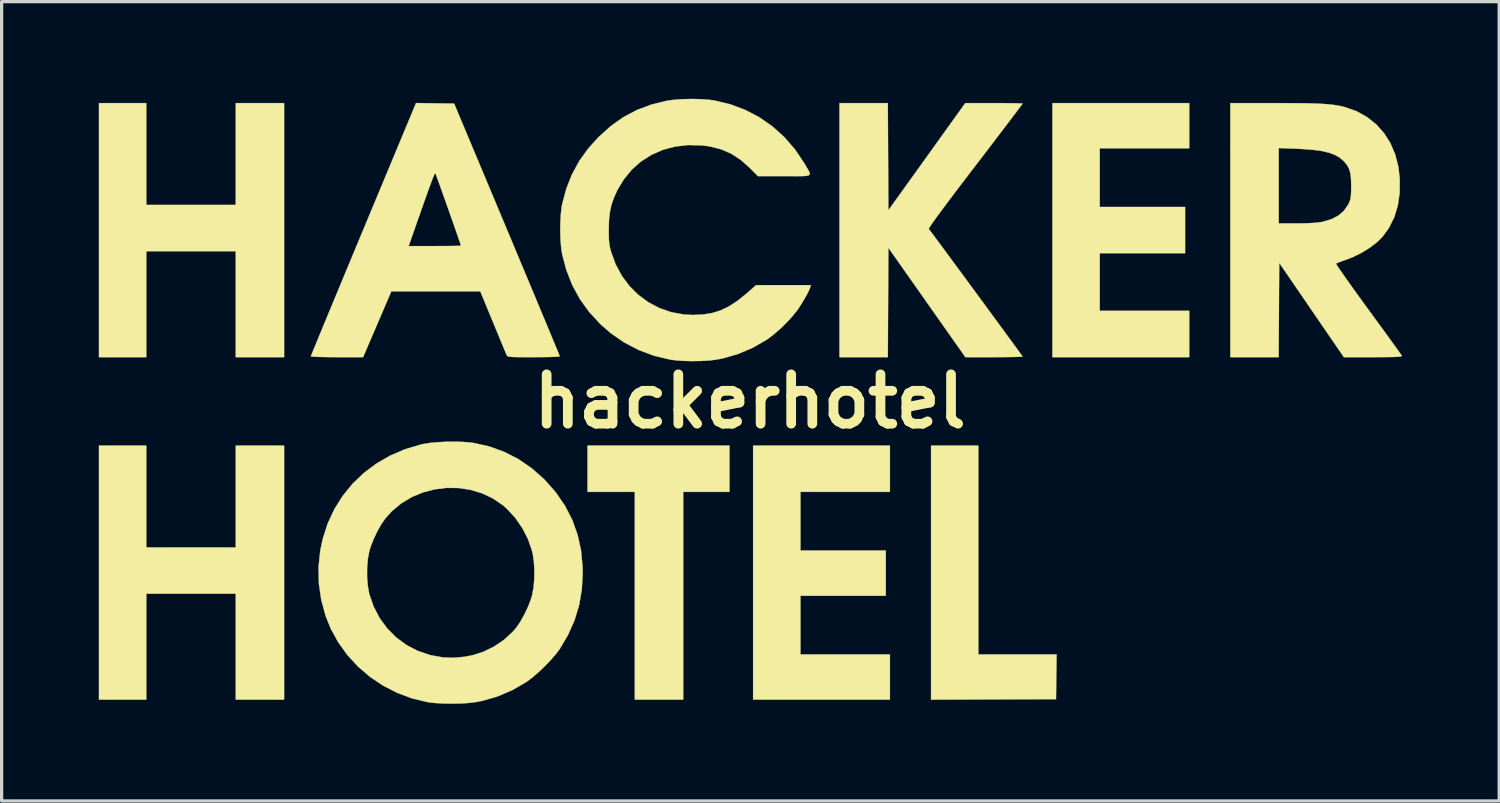
<source format=kicad_pcb>
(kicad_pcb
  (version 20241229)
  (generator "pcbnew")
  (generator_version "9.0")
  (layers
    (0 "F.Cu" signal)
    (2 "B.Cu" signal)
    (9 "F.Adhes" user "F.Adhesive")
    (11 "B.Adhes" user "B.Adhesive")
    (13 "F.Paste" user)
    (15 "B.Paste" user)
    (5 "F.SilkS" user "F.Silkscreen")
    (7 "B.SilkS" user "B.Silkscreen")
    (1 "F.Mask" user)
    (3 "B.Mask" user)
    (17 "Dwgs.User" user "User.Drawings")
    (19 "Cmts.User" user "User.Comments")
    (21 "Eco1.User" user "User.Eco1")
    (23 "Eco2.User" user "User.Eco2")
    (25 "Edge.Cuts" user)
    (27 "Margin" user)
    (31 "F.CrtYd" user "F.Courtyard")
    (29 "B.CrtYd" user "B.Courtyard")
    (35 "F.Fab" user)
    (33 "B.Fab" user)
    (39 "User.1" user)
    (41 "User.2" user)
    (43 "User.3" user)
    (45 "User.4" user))
  (footprint "hackerhotel"
    (layer "F.Cu")
    (at 20.103 9.34)
    (property "Reference" "hackerhotel" (at 0 0 0) (layer "F.SilkS") (effects (font (size 1.524 1.524) (thickness 0.3))))
    (attr through_hole)
    (fp_poly (pts (xy -0.635 2.794) (xy -2.064 2.794) (xy -2.064 9.207) (xy -3.556 9.207) (xy -3.556 2.794) (xy -5.016 2.794) (xy -5.016 1.365) (xy -0.635 1.365) (xy -0.635 2.794)) (stroke (width 0.01) (type solid)) (fill yes) (layer "F.SilkS"))
    (fp_poly (pts (xy 7.048 7.811) (xy 9.463 7.811) (xy 9.454 8.501) (xy 9.446 9.192) (xy 7.517 9.2) (xy 5.588 9.208) (xy 5.588 1.365) (xy 7.048 1.365) (xy 7.048 7.811)) (stroke (width 0.01) (type solid)) (fill yes) (layer "F.SilkS"))
    (fp_poly (pts (xy -18.637 -6.064) (xy -15.875 -6.064) (xy -15.875 -9.207) (xy -14.383 -9.207) (xy -14.383 -1.365) (xy -15.875 -1.365) (xy -15.875 -4.636) (xy -18.637 -4.636) (xy -18.637 -1.365) (xy -20.098 -1.365) (xy -20.098 -9.207) (xy -18.637 -9.207) (xy -18.637 -6.064)) (stroke (width 0.01) (type solid)) (fill yes) (layer "F.SilkS"))
    (fp_poly (pts (xy -18.637 4.508) (xy -15.875 4.508) (xy -15.875 1.365) (xy -14.383 1.365) (xy -14.383 9.207) (xy -15.875 9.207) (xy -15.875 5.937) (xy -18.637 5.937) (xy -18.637 9.207) (xy -20.098 9.207) (xy -20.098 1.365) (xy -18.637 1.365) (xy -18.637 4.508)) (stroke (width 0.01) (type solid)) (fill yes) (layer "F.SilkS"))
    (fp_poly (pts (xy 4.318 2.794) (xy 1.556 2.794) (xy 1.556 4.604) (xy 4.191 4.604) (xy 4.191 6.001) (xy 1.556 6.001) (xy 1.556 7.811) (xy 4.318 7.811) (xy 4.318 9.207) (xy 0.095 9.207) (xy 0.095 1.365) (xy 4.318 1.365) (xy 4.318 2.794)) (stroke (width 0.01) (type solid)) (fill yes) (layer "F.SilkS"))
    (fp_poly (pts (xy 13.557 -7.811) (xy 10.795 -7.811) (xy 10.795 -6.001) (xy 13.43 -6.001) (xy 13.43 -4.572) (xy 10.795 -4.572) (xy 10.795 -2.794) (xy 13.557 -2.794) (xy 13.557 -1.365) (xy 9.335 -1.365) (xy 9.335 -9.207) (xy 13.557 -9.207) (xy 13.557 -7.811)) (stroke (width 0.01) (type solid)) (fill yes) (layer "F.SilkS"))
    (fp_poly (pts (xy 4.27 -5.898) (xy 5.458 -7.553) (xy 6.645 -9.207) (xy 7.53 -9.207) (xy 7.759 -9.207) (xy 7.966 -9.205) (xy 8.144 -9.203) (xy 8.283 -9.2) (xy 8.375 -9.197) (xy 8.413 -9.193) (xy 8.414 -9.192) (xy 8.395 -9.165) (xy 8.34 -9.092) (xy 8.253 -8.976) (xy 8.136 -8.821) (xy 7.993 -8.632) (xy 7.825 -8.411) (xy 7.637 -8.164) (xy 7.431 -7.894) (xy 7.21 -7.605) (xy 6.977 -7.301) (xy 6.952 -7.268) (xy 6.639 -6.859) (xy 6.364 -6.498) (xy 6.128 -6.184) (xy 5.93 -5.918) (xy 5.77 -5.701) (xy 5.649 -5.533) (xy 5.567 -5.413) (xy 5.524 -5.343) (xy 5.518 -5.323) (xy 5.583 -5.236) (xy 5.678 -5.109) (xy 5.798 -4.947) (xy 5.941 -4.754) (xy 6.102 -4.535) (xy 6.279 -4.295) (xy 6.468 -4.039) (xy 6.665 -3.771) (xy 6.867 -3.497) (xy 7.07 -3.22) (xy 7.272 -2.946) (xy 7.467 -2.679) (xy 7.654 -2.425) (xy 7.828 -2.188) (xy 7.986 -1.972) (xy 8.125 -1.782) (xy 8.24 -1.624) (xy 8.329 -1.502) (xy 8.388 -1.42) (xy 8.413 -1.384) (xy 8.414 -1.383) (xy 8.383 -1.378) (xy 8.297 -1.374) (xy 8.164 -1.371) (xy 7.992 -1.368) (xy 7.788 -1.366) (xy 7.561 -1.365) (xy 7.531 -1.365) (xy 6.648 -1.365) (xy 5.459 -3.054) (xy 4.27 -4.743) (xy 4.254 -1.365) (xy 2.762 -1.365) (xy 2.762 -9.207) (xy 4.254 -9.207) (xy 4.27 -5.898)) (stroke (width 0.01) (type solid)) (fill yes) (layer "F.SilkS"))
    (fp_poly (pts (xy 16.2 -9.207) (xy 16.596 -9.206) (xy 16.934 -9.204) (xy 17.222 -9.2) (xy 17.467 -9.193) (xy 17.673 -9.183) (xy 17.849 -9.171) (xy 18 -9.154) (xy 18.134 -9.134) (xy 18.256 -9.11) (xy 18.373 -9.081) (xy 18.377 -9.079) (xy 18.733 -8.952) (xy 19.052 -8.773) (xy 19.333 -8.548) (xy 19.572 -8.28) (xy 19.767 -7.972) (xy 19.914 -7.627) (xy 20.012 -7.25) (xy 20.056 -6.871) (xy 20.054 -6.444) (xy 19.998 -6.052) (xy 19.89 -5.692) (xy 19.728 -5.364) (xy 19.533 -5.091) (xy 19.36 -4.917) (xy 19.137 -4.747) (xy 18.88 -4.588) (xy 18.602 -4.451) (xy 18.336 -4.349) (xy 18.224 -4.311) (xy 18.136 -4.277) (xy 18.09 -4.256) (xy 18.088 -4.255) (xy 18.102 -4.226) (xy 18.15 -4.151) (xy 18.229 -4.034) (xy 18.336 -3.88) (xy 18.467 -3.694) (xy 18.619 -3.481) (xy 18.789 -3.245) (xy 18.974 -2.99) (xy 19.084 -2.839) (xy 19.277 -2.576) (xy 19.458 -2.328) (xy 19.625 -2.099) (xy 19.773 -1.894) (xy 19.9 -1.719) (xy 20.001 -1.578) (xy 20.073 -1.476) (xy 20.114 -1.417) (xy 20.121 -1.405) (xy 20.113 -1.393) (xy 20.077 -1.384) (xy 20.005 -1.376) (xy 19.893 -1.371) (xy 19.734 -1.368) (xy 19.524 -1.366) (xy 19.257 -1.365) (xy 19.234 -1.365) (xy 18.331 -1.365) (xy 16.335 -4.278) (xy 16.319 -1.365) (xy 14.827 -1.365) (xy 14.827 -5.493) (xy 16.32 -5.493) (xy 16.883 -5.493) (xy 17.189 -5.498) (xy 17.435 -5.511) (xy 17.62 -5.532) (xy 17.668 -5.541) (xy 17.941 -5.621) (xy 18.162 -5.735) (xy 18.337 -5.887) (xy 18.468 -6.08) (xy 18.491 -6.126) (xy 18.521 -6.201) (xy 18.541 -6.281) (xy 18.552 -6.381) (xy 18.557 -6.519) (xy 18.558 -6.652) (xy 18.552 -6.872) (xy 18.532 -7.043) (xy 18.492 -7.18) (xy 18.43 -7.295) (xy 18.339 -7.404) (xy 18.317 -7.427) (xy 18.195 -7.529) (xy 18.048 -7.612) (xy 17.869 -7.677) (xy 17.652 -7.728) (xy 17.389 -7.764) (xy 17.073 -7.789) (xy 16.883 -7.798) (xy 16.32 -7.82) (xy 16.32 -5.493) (xy 14.827 -5.493) (xy 14.827 -9.207) (xy 16.2 -9.207)) (stroke (width 0.01) (type solid)) (fill yes) (layer "F.SilkS"))
    (fp_poly (pts (xy -9.722 -9.2) (xy -9.134 -9.192) (xy -7.504 -5.303) (xy -7.306 -4.831) (xy -7.115 -4.374) (xy -6.932 -3.937) (xy -6.759 -3.523) (xy -6.597 -3.136) (xy -6.448 -2.778) (xy -6.312 -2.453) (xy -6.193 -2.165) (xy -6.09 -1.917) (xy -6.005 -1.713) (xy -5.94 -1.556) (xy -5.897 -1.449) (xy -5.876 -1.395) (xy -5.874 -1.39) (xy -5.904 -1.383) (xy -5.989 -1.377) (xy -6.121 -1.372) (xy -6.292 -1.368) (xy -6.492 -1.366) (xy -6.678 -1.365) (xy -6.925 -1.365) (xy -7.115 -1.366) (xy -7.257 -1.368) (xy -7.358 -1.372) (xy -7.427 -1.379) (xy -7.469 -1.389) (xy -7.493 -1.402) (xy -7.507 -1.421) (xy -7.515 -1.437) (xy -7.535 -1.483) (xy -7.576 -1.58) (xy -7.634 -1.721) (xy -7.707 -1.897) (xy -7.792 -2.102) (xy -7.885 -2.327) (xy -7.937 -2.453) (xy -8.327 -3.397) (xy -11.073 -3.397) (xy -11.509 -2.381) (xy -11.945 -1.365) (xy -12.751 -1.365) (xy -12.97 -1.366) (xy -13.166 -1.369) (xy -13.331 -1.373) (xy -13.457 -1.378) (xy -13.535 -1.384) (xy -13.558 -1.389) (xy -13.546 -1.421) (xy -13.511 -1.508) (xy -13.454 -1.646) (xy -13.377 -1.833) (xy -13.282 -2.065) (xy -13.169 -2.338) (xy -13.04 -2.649) (xy -12.897 -2.995) (xy -12.74 -3.372) (xy -12.572 -3.777) (xy -12.394 -4.206) (xy -12.207 -4.656) (xy -12.149 -4.794) (xy -10.539 -4.794) (xy -9.731 -4.794) (xy -9.511 -4.795) (xy -9.315 -4.796) (xy -9.149 -4.798) (xy -9.023 -4.8) (xy -8.945 -4.803) (xy -8.922 -4.806) (xy -8.932 -4.84) (xy -8.961 -4.925) (xy -9.005 -5.053) (xy -9.062 -5.217) (xy -9.129 -5.409) (xy -9.203 -5.619) (xy -9.281 -5.841) (xy -9.361 -6.065) (xy -9.439 -6.285) (xy -9.512 -6.491) (xy -9.578 -6.676) (xy -9.634 -6.832) (xy -9.677 -6.95) (xy -9.704 -7.022) (xy -9.712 -7.041) (xy -9.719 -7.044) (xy -9.73 -7.031) (xy -9.748 -6.999) (xy -9.772 -6.942) (xy -9.806 -6.857) (xy -9.85 -6.739) (xy -9.907 -6.585) (xy -9.977 -6.39) (xy -10.062 -6.15) (xy -10.164 -5.861) (xy -10.285 -5.519) (xy -10.369 -5.278) (xy -10.539 -4.794) (xy -12.149 -4.794) (xy -12.012 -5.124) (xy -11.934 -5.311) (xy -10.31 -9.209) (xy -9.722 -9.2)) (stroke (width 0.01) (type solid)) (fill yes) (layer "F.SilkS"))
    (fp_poly (pts (xy -1.505 -9.328) (xy -1.242 -9.307) (xy -1.102 -9.287) (xy -0.61 -9.17) (xy -0.145 -8.996) (xy 0.29 -8.768) (xy 0.693 -8.487) (xy 1.06 -8.156) (xy 1.388 -7.777) (xy 1.674 -7.352) (xy 1.708 -7.293) (xy 1.769 -7.189) (xy 1.816 -7.109) (xy 1.842 -7.049) (xy 1.843 -7.007) (xy 1.813 -6.979) (xy 1.746 -6.962) (xy 1.636 -6.954) (xy 1.479 -6.952) (xy 1.268 -6.953) (xy 1.062 -6.953) (xy 0.244 -6.953) (xy -0.008 -7.207) (xy -0.287 -7.455) (xy -0.579 -7.645) (xy -0.894 -7.782) (xy -1.241 -7.87) (xy -1.483 -7.902) (xy -1.906 -7.913) (xy -2.31 -7.867) (xy -2.69 -7.766) (xy -3.043 -7.611) (xy -3.365 -7.406) (xy -3.652 -7.152) (xy -3.899 -6.851) (xy -4.094 -6.525) (xy -4.202 -6.287) (xy -4.279 -6.063) (xy -4.329 -5.832) (xy -4.355 -5.577) (xy -4.362 -5.318) (xy -4.361 -5.12) (xy -4.355 -4.968) (xy -4.342 -4.844) (xy -4.32 -4.73) (xy -4.292 -4.622) (xy -4.15 -4.232) (xy -3.959 -3.877) (xy -3.723 -3.561) (xy -3.448 -3.287) (xy -3.138 -3.059) (xy -2.797 -2.879) (xy -2.429 -2.752) (xy -2.04 -2.681) (xy -1.762 -2.667) (xy -1.452 -2.681) (xy -1.172 -2.726) (xy -0.91 -2.807) (xy -0.657 -2.929) (xy -0.399 -3.096) (xy -0.126 -3.314) (xy -0.059 -3.372) (xy 0.187 -3.588) (xy 1.032 -3.588) (xy 1.878 -3.588) (xy 1.856 -3.516) (xy 1.82 -3.428) (xy 1.757 -3.302) (xy 1.674 -3.155) (xy 1.582 -3.002) (xy 1.487 -2.857) (xy 1.466 -2.826) (xy 1.322 -2.643) (xy 1.141 -2.444) (xy 0.939 -2.247) (xy 0.734 -2.068) (xy 0.543 -1.923) (xy 0.522 -1.909) (xy 0.08 -1.653) (xy -0.382 -1.458) (xy -0.863 -1.322) (xy -1.058 -1.286) (xy -1.269 -1.261) (xy -1.518 -1.247) (xy -1.784 -1.243) (xy -2.048 -1.249) (xy -2.287 -1.266) (xy -2.461 -1.289) (xy -2.962 -1.408) (xy -3.438 -1.586) (xy -3.886 -1.82) (xy -4.303 -2.109) (xy -4.622 -2.387) (xy -4.966 -2.761) (xy -5.256 -3.163) (xy -5.491 -3.598) (xy -5.674 -4.066) (xy -5.799 -4.54) (xy -5.83 -4.739) (xy -5.849 -4.981) (xy -5.858 -5.246) (xy -5.855 -5.515) (xy -5.841 -5.77) (xy -5.817 -5.992) (xy -5.799 -6.089) (xy -5.669 -6.571) (xy -5.494 -7.013) (xy -5.269 -7.424) (xy -4.991 -7.81) (xy -4.67 -8.164) (xy -4.299 -8.498) (xy -3.909 -8.774) (xy -3.495 -8.993) (xy -3.049 -9.161) (xy -2.594 -9.274) (xy -2.36 -9.308) (xy -2.086 -9.328) (xy -1.794 -9.335) (xy -1.505 -9.328)) (stroke (width 0.01) (type solid)) (fill yes) (layer "F.SilkS"))
    (fp_poly (pts (xy -8.837 1.253) (xy -8.607 1.273) (xy -8.543 1.282) (xy -8.053 1.391) (xy -7.588 1.558) (xy -7.15 1.783) (xy -6.74 2.064) (xy -6.359 2.401) (xy -6.334 2.426) (xy -5.993 2.813) (xy -5.711 3.225) (xy -5.487 3.661) (xy -5.322 4.122) (xy -5.216 4.607) (xy -5.168 5.117) (xy -5.165 5.286) (xy -5.193 5.802) (xy -5.276 6.291) (xy -5.418 6.759) (xy -5.619 7.211) (xy -5.87 7.636) (xy -5.991 7.798) (xy -6.151 7.983) (xy -6.334 8.174) (xy -6.528 8.359) (xy -6.717 8.522) (xy -6.888 8.651) (xy -6.906 8.663) (xy -7.338 8.913) (xy -7.793 9.107) (xy -8.259 9.243) (xy -8.478 9.285) (xy -8.684 9.31) (xy -8.928 9.325) (xy -9.193 9.33) (xy -9.458 9.327) (xy -9.704 9.313) (xy -9.911 9.291) (xy -9.954 9.284) (xy -10.436 9.168) (xy -10.897 8.996) (xy -11.332 8.772) (xy -11.735 8.501) (xy -12.103 8.185) (xy -12.43 7.829) (xy -12.712 7.437) (xy -12.944 7.013) (xy -13.1 6.626) (xy -13.236 6.131) (xy -13.309 5.628) (xy -13.314 5.413) (xy -11.822 5.413) (xy -11.801 5.686) (xy -11.759 5.925) (xy -11.752 5.953) (xy -11.615 6.344) (xy -11.428 6.699) (xy -11.194 7.017) (xy -10.918 7.292) (xy -10.604 7.522) (xy -10.257 7.703) (xy -9.879 7.832) (xy -9.477 7.904) (xy -9.148 7.916) (xy -8.808 7.884) (xy -8.572 7.838) (xy -8.233 7.731) (xy -7.904 7.57) (xy -7.6 7.365) (xy -7.335 7.123) (xy -7.221 6.992) (xy -7.093 6.806) (xy -6.965 6.579) (xy -6.851 6.336) (xy -6.76 6.097) (xy -6.727 5.985) (xy -6.684 5.757) (xy -6.66 5.492) (xy -6.657 5.211) (xy -6.673 4.938) (xy -6.709 4.694) (xy -6.727 4.62) (xy -6.852 4.256) (xy -7.03 3.909) (xy -7.251 3.59) (xy -7.508 3.312) (xy -7.626 3.209) (xy -7.938 2.996) (xy -8.276 2.836) (xy -8.632 2.73) (xy -9 2.674) (xy -9.373 2.67) (xy -9.743 2.717) (xy -10.103 2.812) (xy -10.446 2.956) (xy -10.765 3.148) (xy -11.054 3.388) (xy -11.257 3.612) (xy -11.386 3.798) (xy -11.513 4.025) (xy -11.627 4.268) (xy -11.718 4.506) (xy -11.752 4.62) (xy -11.797 4.857) (xy -11.82 5.129) (xy -11.822 5.413) (xy -13.314 5.413) (xy -13.32 5.12) (xy -13.267 4.611) (xy -13.193 4.255) (xy -13.041 3.779) (xy -12.835 3.334) (xy -12.578 2.923) (xy -12.274 2.548) (xy -11.925 2.213) (xy -11.535 1.92) (xy -11.108 1.674) (xy -10.646 1.476) (xy -10.154 1.331) (xy -10.097 1.318) (xy -9.894 1.284) (xy -9.647 1.261) (xy -9.376 1.247) (xy -9.1 1.245) (xy -8.837 1.253)) (stroke (width 0.01) (type solid)) (fill yes) (layer "F.SilkS")))
  (gr_rect
    (start -3 -3)
    (end 43.229 21.675)
    (stroke (width 0.1) (type default))
    (fill no)
    (layer "Edge.Cuts")))
</source>
